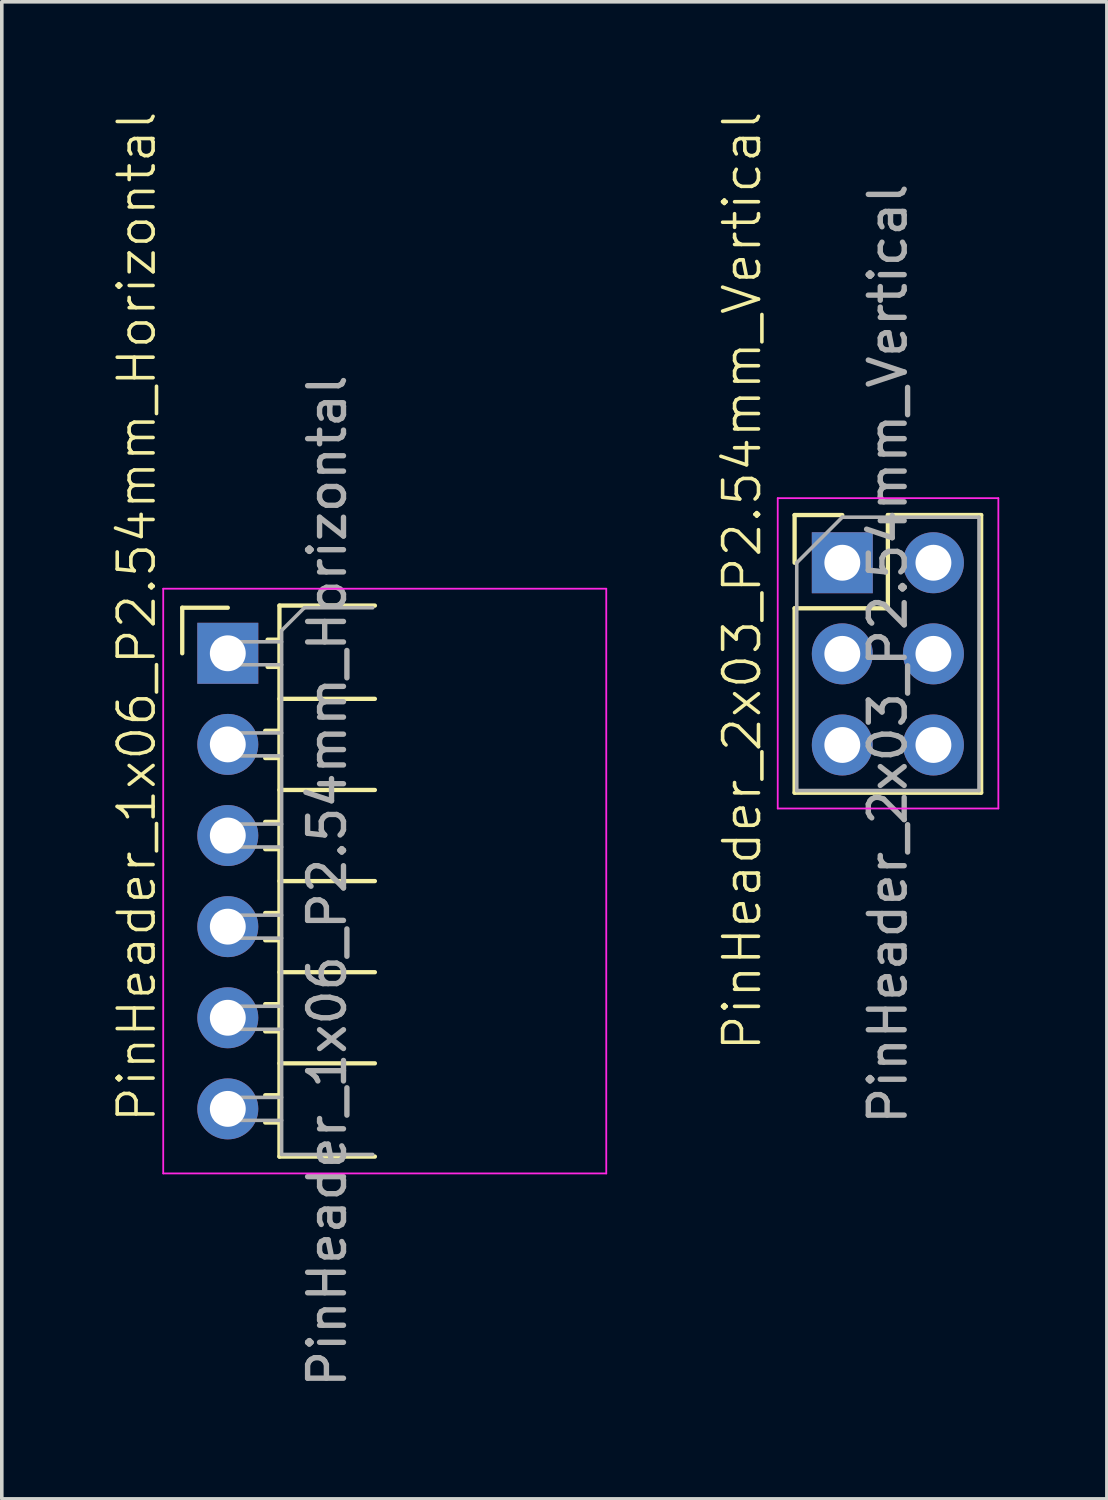
<source format=kicad_pcb>
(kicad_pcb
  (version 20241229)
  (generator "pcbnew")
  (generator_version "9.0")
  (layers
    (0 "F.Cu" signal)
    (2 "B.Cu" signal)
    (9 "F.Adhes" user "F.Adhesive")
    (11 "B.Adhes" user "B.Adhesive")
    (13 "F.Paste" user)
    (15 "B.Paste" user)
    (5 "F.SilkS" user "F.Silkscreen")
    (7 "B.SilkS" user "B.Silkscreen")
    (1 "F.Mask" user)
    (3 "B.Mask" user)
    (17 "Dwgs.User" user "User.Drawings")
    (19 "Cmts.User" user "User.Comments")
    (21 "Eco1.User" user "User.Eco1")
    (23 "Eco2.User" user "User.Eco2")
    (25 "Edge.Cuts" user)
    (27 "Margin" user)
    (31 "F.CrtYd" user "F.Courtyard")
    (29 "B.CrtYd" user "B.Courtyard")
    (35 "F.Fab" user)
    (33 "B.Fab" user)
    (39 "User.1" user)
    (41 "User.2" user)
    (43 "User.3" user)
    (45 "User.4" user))
  (footprint "PinHeader_1x06_P2.54mm_Horizontal"
    (layer "F.Cu")
    (at 3.3 15.161)
    (property "Reference" "PinHeader_1x06_P2.54mm_Horizontal" (at -2.54 -1.016 90) (layer "F.SilkS") (effects (font (size 1 1) (thickness 0.1))))
    (attr through_hole)
    (fp_line (start -1.27 -1.27) (end 0 -1.27) (stroke (width 0.12) (type solid)) (layer "F.SilkS"))
    (fp_line (start -1.27 0) (end -1.27 -1.27) (stroke (width 0.12) (type solid)) (layer "F.SilkS"))
    (fp_line (start 1.043 2.16) (end 1.44 2.16) (stroke (width 0.12) (type solid)) (layer "F.SilkS"))
    (fp_line (start 1.043 2.92) (end 1.44 2.92) (stroke (width 0.12) (type solid)) (layer "F.SilkS"))
    (fp_line (start 1.043 4.7) (end 1.44 4.7) (stroke (width 0.12) (type solid)) (layer "F.SilkS"))
    (fp_line (start 1.043 5.46) (end 1.44 5.46) (stroke (width 0.12) (type solid)) (layer "F.SilkS"))
    (fp_line (start 1.043 7.24) (end 1.44 7.24) (stroke (width 0.12) (type solid)) (layer "F.SilkS"))
    (fp_line (start 1.043 8) (end 1.44 8) (stroke (width 0.12) (type solid)) (layer "F.SilkS"))
    (fp_line (start 1.043 9.78) (end 1.44 9.78) (stroke (width 0.12) (type solid)) (layer "F.SilkS"))
    (fp_line (start 1.043 10.54) (end 1.44 10.54) (stroke (width 0.12) (type solid)) (layer "F.SilkS"))
    (fp_line (start 1.043 12.32) (end 1.44 12.32) (stroke (width 0.12) (type solid)) (layer "F.SilkS"))
    (fp_line (start 1.043 13.08) (end 1.44 13.08) (stroke (width 0.12) (type solid)) (layer "F.SilkS"))
    (fp_line (start 1.11 -0.38) (end 1.44 -0.38) (stroke (width 0.12) (type solid)) (layer "F.SilkS"))
    (fp_line (start 1.11 0.38) (end 1.44 0.38) (stroke (width 0.12) (type solid)) (layer "F.SilkS"))
    (fp_line (start 1.44 -1.33) (end 1.44 14.03) (stroke (width 0.12) (type solid)) (layer "F.SilkS"))
    (fp_line (start 1.44 1.27) (end 4.1 1.27) (stroke (width 0.12) (type solid)) (layer "F.SilkS"))
    (fp_line (start 1.44 3.81) (end 4.1 3.81) (stroke (width 0.12) (type solid)) (layer "F.SilkS"))
    (fp_line (start 1.44 6.35) (end 4.1 6.35) (stroke (width 0.12) (type solid)) (layer "F.SilkS"))
    (fp_line (start 1.44 8.89) (end 4.1 8.89) (stroke (width 0.12) (type solid)) (layer "F.SilkS"))
    (fp_line (start 1.44 11.43) (end 4.1 11.43) (stroke (width 0.12) (type solid)) (layer "F.SilkS"))
    (fp_line (start 1.44 14.03) (end 4.1 14.03) (stroke (width 0.12) (type solid)) (layer "F.SilkS"))
    (fp_line (start 4.1 -1.33) (end 1.44 -1.33) (stroke (width 0.12) (type solid)) (layer "F.SilkS"))
    (fp_line (start -1.8 -1.8) (end -1.8 14.5) (stroke (width 0.05) (type solid)) (layer "F.CrtYd"))
    (fp_line (start -1.8 14.5) (end 10.55 14.5) (stroke (width 0.05) (type solid)) (layer "F.CrtYd"))
    (fp_line (start 10.55 -1.8) (end -1.8 -1.8) (stroke (width 0.05) (type solid)) (layer "F.CrtYd"))
    (fp_line (start 10.55 14.5) (end 10.55 -1.8) (stroke (width 0.05) (type solid)) (layer "F.CrtYd"))
    (fp_line (start -0.32 -0.32) (end -0.32 0.32) (stroke (width 0.1) (type solid)) (layer "F.Fab"))
    (fp_line (start -0.32 -0.32) (end 1.5 -0.32) (stroke (width 0.1) (type solid)) (layer "F.Fab"))
    (fp_line (start -0.32 0.32) (end 1.5 0.32) (stroke (width 0.1) (type solid)) (layer "F.Fab"))
    (fp_line (start -0.32 2.22) (end -0.32 2.86) (stroke (width 0.1) (type solid)) (layer "F.Fab"))
    (fp_line (start -0.32 2.22) (end 1.5 2.22) (stroke (width 0.1) (type solid)) (layer "F.Fab"))
    (fp_line (start -0.32 2.86) (end 1.5 2.86) (stroke (width 0.1) (type solid)) (layer "F.Fab"))
    (fp_line (start -0.32 4.76) (end -0.32 5.4) (stroke (width 0.1) (type solid)) (layer "F.Fab"))
    (fp_line (start -0.32 4.76) (end 1.5 4.76) (stroke (width 0.1) (type solid)) (layer "F.Fab"))
    (fp_line (start -0.32 5.4) (end 1.5 5.4) (stroke (width 0.1) (type solid)) (layer "F.Fab"))
    (fp_line (start -0.32 7.3) (end -0.32 7.94) (stroke (width 0.1) (type solid)) (layer "F.Fab"))
    (fp_line (start -0.32 7.3) (end 1.5 7.3) (stroke (width 0.1) (type solid)) (layer "F.Fab"))
    (fp_line (start -0.32 7.94) (end 1.5 7.94) (stroke (width 0.1) (type solid)) (layer "F.Fab"))
    (fp_line (start -0.32 9.84) (end -0.32 10.48) (stroke (width 0.1) (type solid)) (layer "F.Fab"))
    (fp_line (start -0.32 9.84) (end 1.5 9.84) (stroke (width 0.1) (type solid)) (layer "F.Fab"))
    (fp_line (start -0.32 10.48) (end 1.5 10.48) (stroke (width 0.1) (type solid)) (layer "F.Fab"))
    (fp_line (start -0.32 12.38) (end -0.32 13.02) (stroke (width 0.1) (type solid)) (layer "F.Fab"))
    (fp_line (start -0.32 12.38) (end 1.5 12.38) (stroke (width 0.1) (type solid)) (layer "F.Fab"))
    (fp_line (start -0.32 13.02) (end 1.5 13.02) (stroke (width 0.1) (type solid)) (layer "F.Fab"))
    (fp_line (start 1.5 -0.635) (end 2.135 -1.27) (stroke (width 0.1) (type solid)) (layer "F.Fab"))
    (fp_line (start 1.5 13.97) (end 1.5 -0.635) (stroke (width 0.1) (type solid)) (layer "F.Fab"))
    (fp_line (start 2.135 -1.27) (end 4.04 -1.27) (stroke (width 0.1) (type solid)) (layer "F.Fab"))
    (fp_line (start 4.04 13.97) (end 1.5 13.97) (stroke (width 0.1) (type solid)) (layer "F.Fab"))
    (fp_text user "${REFERENCE}" (at 2.77 6.35 90) (layer "F.Fab") (effects (font (size 1 1) (thickness 0.15))))
    (pad "1" thru_hole rect (at 0 0) (size 1.7 1.7) (drill 1) (layers "*.Cu" "*.Mask"))
    (pad "2" thru_hole oval (at 0 2.54) (size 1.7 1.7) (drill 1) (layers "*.Cu" "*.Mask"))
    (pad "3" thru_hole oval (at 0 5.08) (size 1.7 1.7) (drill 1) (layers "*.Cu" "*.Mask"))
    (pad "4" thru_hole oval (at 0 7.62) (size 1.7 1.7) (drill 1) (layers "*.Cu" "*.Mask"))
    (pad "5" thru_hole oval (at 0 10.16) (size 1.7 1.7) (drill 1) (layers "*.Cu" "*.Mask"))
    (pad "6" thru_hole oval (at 0 12.7) (size 1.7 1.7) (drill 1) (layers "*.Cu" "*.Mask")))
  (footprint "PinHeader_2x03_P2.54mm_Vertical"
    (layer "F.Cu")
    (at 20.43 12.637)
    (property "Reference" "PinHeader_2x03_P2.54mm_Vertical" (at -2.794 0.508 270) (layer "F.SilkS") (effects (font (size 1 1) (thickness 0.1))))
    (attr through_hole)
    (fp_line (start -1.33 -1.33) (end 0 -1.33) (stroke (width 0.12) (type solid)) (layer "F.SilkS"))
    (fp_line (start -1.33 0) (end -1.33 -1.33) (stroke (width 0.12) (type solid)) (layer "F.SilkS"))
    (fp_line (start -1.33 1.27) (end -1.33 6.41) (stroke (width 0.12) (type solid)) (layer "F.SilkS"))
    (fp_line (start -1.33 1.27) (end 1.27 1.27) (stroke (width 0.12) (type solid)) (layer "F.SilkS"))
    (fp_line (start -1.33 6.41) (end 3.87 6.41) (stroke (width 0.12) (type solid)) (layer "F.SilkS"))
    (fp_line (start 1.27 -1.33) (end 3.87 -1.33) (stroke (width 0.12) (type solid)) (layer "F.SilkS"))
    (fp_line (start 1.27 1.27) (end 1.27 -1.33) (stroke (width 0.12) (type solid)) (layer "F.SilkS"))
    (fp_line (start 3.87 -1.33) (end 3.87 6.41) (stroke (width 0.12) (type solid)) (layer "F.SilkS"))
    (fp_line (start -1.8 -1.8) (end -1.8 6.85) (stroke (width 0.05) (type solid)) (layer "F.CrtYd"))
    (fp_line (start -1.8 6.85) (end 4.35 6.85) (stroke (width 0.05) (type solid)) (layer "F.CrtYd"))
    (fp_line (start 4.35 -1.8) (end -1.8 -1.8) (stroke (width 0.05) (type solid)) (layer "F.CrtYd"))
    (fp_line (start 4.35 6.85) (end 4.35 -1.8) (stroke (width 0.05) (type solid)) (layer "F.CrtYd"))
    (fp_line (start -1.27 0) (end 0 -1.27) (stroke (width 0.1) (type solid)) (layer "F.Fab"))
    (fp_line (start -1.27 6.35) (end -1.27 0) (stroke (width 0.1) (type solid)) (layer "F.Fab"))
    (fp_line (start 0 -1.27) (end 3.81 -1.27) (stroke (width 0.1) (type solid)) (layer "F.Fab"))
    (fp_line (start 3.81 -1.27) (end 3.81 6.35) (stroke (width 0.1) (type solid)) (layer "F.Fab"))
    (fp_line (start 3.81 6.35) (end -1.27 6.35) (stroke (width 0.1) (type solid)) (layer "F.Fab"))
    (fp_text user "${REFERENCE}" (at 1.27 2.54 90) (layer "F.Fab") (effects (font (size 1 1) (thickness 0.15))))
    (pad "1" thru_hole rect (at 0 0) (size 1.7 1.7) (drill 1) (layers "*.Cu" "*.Mask"))
    (pad "2" thru_hole oval (at 2.54 0) (size 1.7 1.7) (drill 1) (layers "*.Cu" "*.Mask"))
    (pad "3" thru_hole oval (at 0 2.54) (size 1.7 1.7) (drill 1) (layers "*.Cu" "*.Mask"))
    (pad "4" thru_hole oval (at 2.54 2.54) (size 1.7 1.7) (drill 1) (layers "*.Cu" "*.Mask"))
    (pad "5" thru_hole oval (at 0 5.08) (size 1.7 1.7) (drill 1) (layers "*.Cu" "*.Mask"))
    (pad "6" thru_hole oval (at 2.54 5.08) (size 1.7 1.7) (drill 1) (layers "*.Cu" "*.Mask")))
  (gr_rect
    (start -3 -3)
    (end 27.805 38.731)
    (stroke (width 0.1) (type default))
    (fill no)
    (layer "Edge.Cuts")))
</source>
